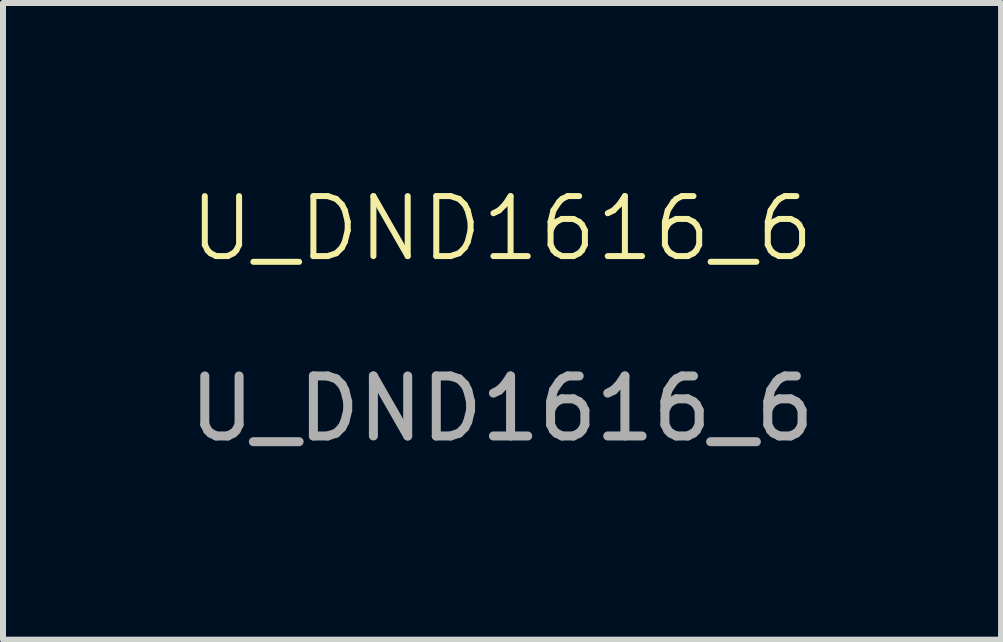
<source format=kicad_pcb>
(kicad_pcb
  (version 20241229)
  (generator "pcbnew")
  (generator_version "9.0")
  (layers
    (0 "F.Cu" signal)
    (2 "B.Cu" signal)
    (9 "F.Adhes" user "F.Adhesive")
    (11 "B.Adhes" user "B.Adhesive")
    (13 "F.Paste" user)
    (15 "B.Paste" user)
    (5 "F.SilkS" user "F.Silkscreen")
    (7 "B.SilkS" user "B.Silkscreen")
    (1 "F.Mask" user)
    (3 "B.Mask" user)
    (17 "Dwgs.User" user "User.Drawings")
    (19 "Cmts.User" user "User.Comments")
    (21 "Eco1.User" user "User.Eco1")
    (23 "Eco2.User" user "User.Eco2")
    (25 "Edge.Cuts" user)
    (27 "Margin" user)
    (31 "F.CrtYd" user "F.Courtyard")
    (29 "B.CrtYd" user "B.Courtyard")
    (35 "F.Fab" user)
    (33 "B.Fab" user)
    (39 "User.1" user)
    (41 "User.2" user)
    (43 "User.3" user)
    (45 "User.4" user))
  (footprint "U_DND1616_6"
    (layer "F.Cu")
    (at 5.315 1.26)
    (property "Reference" "U_DND1616_6" (at 0 -0.5 0) (unlocked yes) (layer "F.SilkS") (effects (font (size 1 1) (thickness 0.1))))
    (attr smd)
    (fp_text user "${REFERENCE}" (at 0 2.5 0) (unlocked yes) (layer "F.Fab") (effects (font (size 1 1) (thickness 0.15)))))
  (gr_rect
    (start -3 -3)
    (end 13.631 7.609)
    (stroke (width 0.1) (type default))
    (fill no)
    (layer "Edge.Cuts")))
</source>
